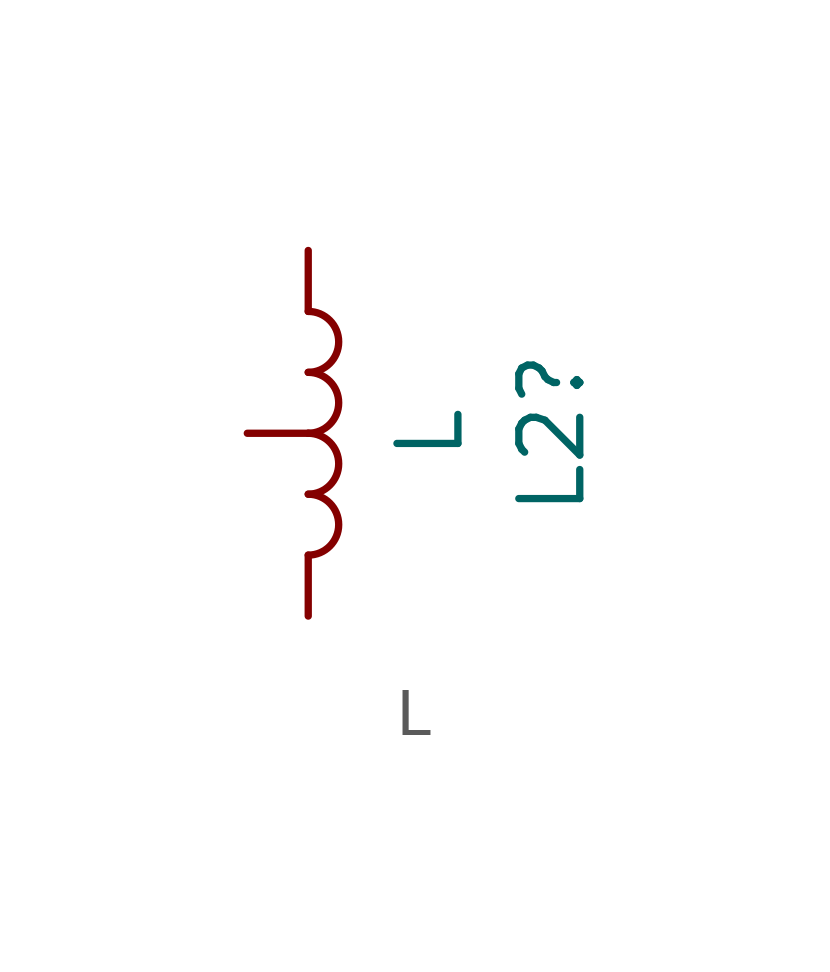
<source format=kicad_sym>
(kicad_symbol_lib
  (version 20241209)
  (generator "kicad_symbol_editor")
  (generator_version "9.0")
  (symbol "L"
    (pin_numbers
      (hide yes))
    (pin_names
      (offset 1.016)
      (hide yes))
    (property "Reference" "L2"
      (at 5.08 0 90)
      (effects (font (size 1.27 1.27))))
    (property "Value" "L"
      (at 2.54 0 90)
      (effects (font (size 1.27 1.27))))
    (symbol "L_0_1"
      (arc (start 0 2.54) (mid 0.6323 1.905) (end 0 1.27) (stroke (width 0) (type default)) (fill (type none)))
      (arc (start 0 1.27) (mid 0.6323 0.635) (end 0 0) (stroke (width 0) (type default)) (fill (type none)))
      (arc (start 0 0) (mid 0.6323 -0.635) (end 0 -1.27) (stroke (width 0) (type default)) (fill (type none)))
      (arc (start 0 -1.27) (mid 0.6323 -1.905) (end 0 -2.54) (stroke (width 0) (type default)) (fill (type none))))
    (symbol "L_1_1"
      (pin passive line (at -1.27 0 0) (length 1.27) (name "2" (effects (font (size 1.27 1.27)))) (number "2" (effects (font (size 1.27 1.27)))))
      (pin passive line (at 0 3.81 270) (length 1.27) (name "1" (effects (font (size 1.27 1.27)))) (number "1" (effects (font (size 1.27 1.27)))))
      (pin passive line (at 0 -3.81 90) (length 1.27) (name "3" (effects (font (size 1.27 1.27)))) (number "3" (effects (font (size 1.27 1.27))))))))
</source>
